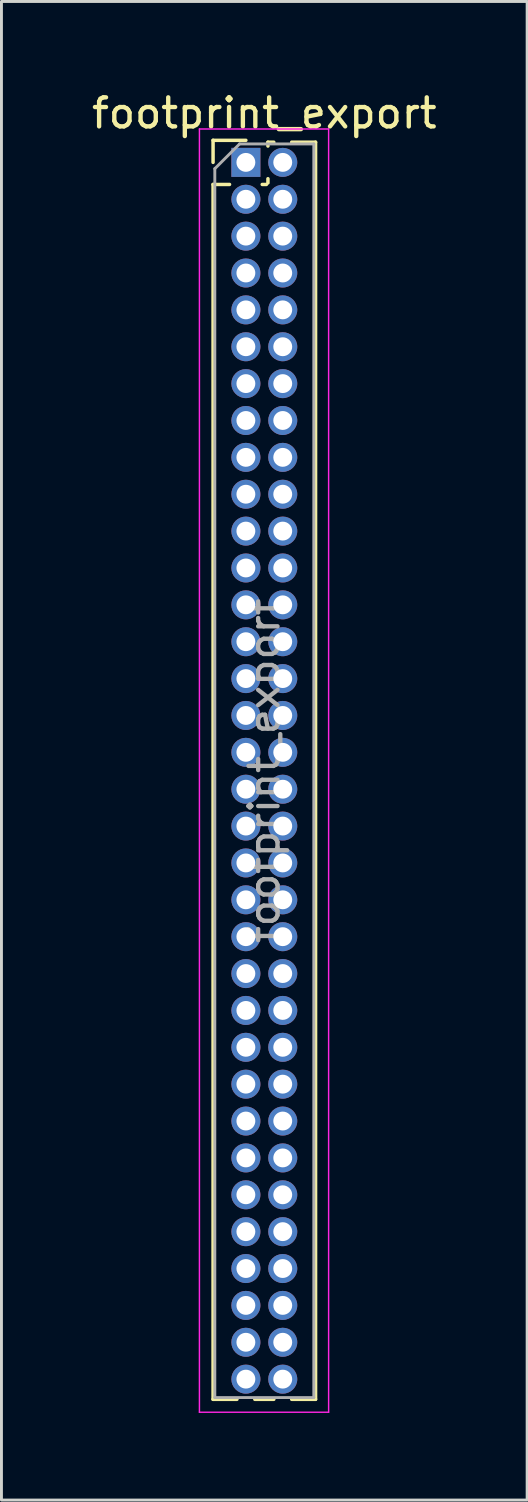
<source format=kicad_pcb>
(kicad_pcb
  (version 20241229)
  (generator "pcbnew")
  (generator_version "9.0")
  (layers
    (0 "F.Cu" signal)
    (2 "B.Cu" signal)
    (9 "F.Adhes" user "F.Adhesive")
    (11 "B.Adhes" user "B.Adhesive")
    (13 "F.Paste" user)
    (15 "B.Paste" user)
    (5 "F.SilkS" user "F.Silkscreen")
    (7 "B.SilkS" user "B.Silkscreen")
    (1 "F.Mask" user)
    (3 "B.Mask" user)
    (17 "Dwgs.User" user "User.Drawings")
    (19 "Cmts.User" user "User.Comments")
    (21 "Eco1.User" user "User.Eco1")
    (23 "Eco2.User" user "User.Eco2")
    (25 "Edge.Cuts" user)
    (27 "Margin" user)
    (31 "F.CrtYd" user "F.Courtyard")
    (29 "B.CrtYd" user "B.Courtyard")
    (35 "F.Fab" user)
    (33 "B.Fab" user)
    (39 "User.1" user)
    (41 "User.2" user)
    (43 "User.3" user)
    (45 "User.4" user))
  (footprint "footprint_export"
    (layer "F.Cu")
    (at 5.419 2.543)
    (property "Reference" "footprint_export" (at 0.635 -1.695 0) (layer "F.SilkS") (effects (font (size 1 1) (thickness 0.15))))
    (attr through_hole)
    (fp_line (start -1.13 -0.76) (end 0 -0.76) (stroke (width 0.12) (type solid)) (layer "F.SilkS"))
    (fp_line (start -1.13 0) (end -1.13 -0.76) (stroke (width 0.12) (type solid)) (layer "F.SilkS"))
    (fp_line (start -1.13 0.76) (end -1.13 42.605) (stroke (width 0.12) (type solid)) (layer "F.SilkS"))
    (fp_line (start -1.13 0.76) (end -0.563 0.76) (stroke (width 0.12) (type solid)) (layer "F.SilkS"))
    (fp_line (start -1.13 42.605) (end -0.308 42.605) (stroke (width 0.12) (type solid)) (layer "F.SilkS"))
    (fp_line (start 0.308 42.605) (end 0.962 42.605) (stroke (width 0.12) (type solid)) (layer "F.SilkS"))
    (fp_line (start 0.563 0.76) (end 0.707 0.76) (stroke (width 0.12) (type solid)) (layer "F.SilkS"))
    (fp_line (start 0.76 -0.695) (end 0.962 -0.695) (stroke (width 0.12) (type solid)) (layer "F.SilkS"))
    (fp_line (start 0.76 -0.563) (end 0.76 -0.695) (stroke (width 0.12) (type solid)) (layer "F.SilkS"))
    (fp_line (start 0.76 0.707) (end 0.76 0.563) (stroke (width 0.12) (type solid)) (layer "F.SilkS"))
    (fp_line (start 1.578 -0.695) (end 2.4 -0.695) (stroke (width 0.12) (type solid)) (layer "F.SilkS"))
    (fp_line (start 1.578 42.605) (end 2.4 42.605) (stroke (width 0.12) (type solid)) (layer "F.SilkS"))
    (fp_line (start 2.4 -0.695) (end 2.4 42.605) (stroke (width 0.12) (type solid)) (layer "F.SilkS"))
    (fp_line (start -1.6 -1.15) (end -1.6 43.05) (stroke (width 0.05) (type solid)) (layer "F.CrtYd"))
    (fp_line (start -1.6 43.05) (end 2.85 43.05) (stroke (width 0.05) (type solid)) (layer "F.CrtYd"))
    (fp_line (start 2.85 -1.15) (end -1.6 -1.15) (stroke (width 0.05) (type solid)) (layer "F.CrtYd"))
    (fp_line (start 2.85 43.05) (end 2.85 -1.15) (stroke (width 0.05) (type solid)) (layer "F.CrtYd"))
    (fp_line (start -1.07 0.217) (end -0.217 -0.635) (stroke (width 0.1) (type solid)) (layer "F.Fab"))
    (fp_line (start -1.07 42.545) (end -1.07 0.217) (stroke (width 0.1) (type solid)) (layer "F.Fab"))
    (fp_line (start -0.217 -0.635) (end 2.34 -0.635) (stroke (width 0.1) (type solid)) (layer "F.Fab"))
    (fp_line (start 2.34 -0.635) (end 2.34 42.545) (stroke (width 0.1) (type solid)) (layer "F.Fab"))
    (fp_line (start 2.34 42.545) (end -1.07 42.545) (stroke (width 0.1) (type solid)) (layer "F.Fab"))
    (fp_text user "${REFERENCE}" (at 0.635 20.955 90) (layer "F.Fab") (effects (font (size 1 1) (thickness 0.15))))
    (pad "1" thru_hole rect (at 0 0) (size 1 1) (drill 0.65) (layers "*.Cu" "*.Mask"))
    (pad "2" thru_hole oval (at 1.27 0) (size 1 1) (drill 0.65) (layers "*.Cu" "*.Mask"))
    (pad "3" thru_hole oval (at 0 1.27) (size 1 1) (drill 0.65) (layers "*.Cu" "*.Mask"))
    (pad "4" thru_hole oval (at 1.27 1.27) (size 1 1) (drill 0.65) (layers "*.Cu" "*.Mask"))
    (pad "5" thru_hole oval (at 0 2.54) (size 1 1) (drill 0.65) (layers "*.Cu" "*.Mask"))
    (pad "6" thru_hole oval (at 1.27 2.54) (size 1 1) (drill 0.65) (layers "*.Cu" "*.Mask"))
    (pad "7" thru_hole oval (at 0 3.81) (size 1 1) (drill 0.65) (layers "*.Cu" "*.Mask"))
    (pad "8" thru_hole oval (at 1.27 3.81) (size 1 1) (drill 0.65) (layers "*.Cu" "*.Mask"))
    (pad "9" thru_hole oval (at 0 5.08) (size 1 1) (drill 0.65) (layers "*.Cu" "*.Mask"))
    (pad "10" thru_hole oval (at 1.27 5.08) (size 1 1) (drill 0.65) (layers "*.Cu" "*.Mask"))
    (pad "11" thru_hole oval (at 0 6.35) (size 1 1) (drill 0.65) (layers "*.Cu" "*.Mask"))
    (pad "12" thru_hole oval (at 1.27 6.35) (size 1 1) (drill 0.65) (layers "*.Cu" "*.Mask"))
    (pad "13" thru_hole oval (at 0 7.62) (size 1 1) (drill 0.65) (layers "*.Cu" "*.Mask"))
    (pad "14" thru_hole oval (at 1.27 7.62) (size 1 1) (drill 0.65) (layers "*.Cu" "*.Mask"))
    (pad "15" thru_hole oval (at 0 8.89) (size 1 1) (drill 0.65) (layers "*.Cu" "*.Mask"))
    (pad "16" thru_hole oval (at 1.27 8.89) (size 1 1) (drill 0.65) (layers "*.Cu" "*.Mask"))
    (pad "17" thru_hole oval (at 0 10.16) (size 1 1) (drill 0.65) (layers "*.Cu" "*.Mask"))
    (pad "18" thru_hole oval (at 1.27 10.16) (size 1 1) (drill 0.65) (layers "*.Cu" "*.Mask"))
    (pad "19" thru_hole oval (at 0 11.43) (size 1 1) (drill 0.65) (layers "*.Cu" "*.Mask"))
    (pad "20" thru_hole oval (at 1.27 11.43) (size 1 1) (drill 0.65) (layers "*.Cu" "*.Mask"))
    (pad "21" thru_hole oval (at 0 12.7) (size 1 1) (drill 0.65) (layers "*.Cu" "*.Mask"))
    (pad "22" thru_hole oval (at 1.27 12.7) (size 1 1) (drill 0.65) (layers "*.Cu" "*.Mask"))
    (pad "23" thru_hole oval (at 0 13.97) (size 1 1) (drill 0.65) (layers "*.Cu" "*.Mask"))
    (pad "24" thru_hole oval (at 1.27 13.97) (size 1 1) (drill 0.65) (layers "*.Cu" "*.Mask"))
    (pad "25" thru_hole oval (at 0 15.24) (size 1 1) (drill 0.65) (layers "*.Cu" "*.Mask"))
    (pad "26" thru_hole oval (at 1.27 15.24) (size 1 1) (drill 0.65) (layers "*.Cu" "*.Mask"))
    (pad "27" thru_hole oval (at 0 16.51) (size 1 1) (drill 0.65) (layers "*.Cu" "*.Mask"))
    (pad "28" thru_hole oval (at 1.27 16.51) (size 1 1) (drill 0.65) (layers "*.Cu" "*.Mask"))
    (pad "29" thru_hole oval (at 0 17.78) (size 1 1) (drill 0.65) (layers "*.Cu" "*.Mask"))
    (pad "30" thru_hole oval (at 1.27 17.78) (size 1 1) (drill 0.65) (layers "*.Cu" "*.Mask"))
    (pad "31" thru_hole oval (at 0 19.05) (size 1 1) (drill 0.65) (layers "*.Cu" "*.Mask"))
    (pad "32" thru_hole oval (at 1.27 19.05) (size 1 1) (drill 0.65) (layers "*.Cu" "*.Mask"))
    (pad "33" thru_hole oval (at 0 20.32) (size 1 1) (drill 0.65) (layers "*.Cu" "*.Mask"))
    (pad "34" thru_hole oval (at 1.27 20.32) (size 1 1) (drill 0.65) (layers "*.Cu" "*.Mask"))
    (pad "35" thru_hole oval (at 0 21.59) (size 1 1) (drill 0.65) (layers "*.Cu" "*.Mask"))
    (pad "36" thru_hole oval (at 1.27 21.59) (size 1 1) (drill 0.65) (layers "*.Cu" "*.Mask"))
    (pad "37" thru_hole oval (at 0 22.86) (size 1 1) (drill 0.65) (layers "*.Cu" "*.Mask"))
    (pad "38" thru_hole oval (at 1.27 22.86) (size 1 1) (drill 0.65) (layers "*.Cu" "*.Mask"))
    (pad "39" thru_hole oval (at 0 24.13) (size 1 1) (drill 0.65) (layers "*.Cu" "*.Mask"))
    (pad "40" thru_hole oval (at 1.27 24.13) (size 1 1) (drill 0.65) (layers "*.Cu" "*.Mask"))
    (pad "41" thru_hole oval (at 0 25.4) (size 1 1) (drill 0.65) (layers "*.Cu" "*.Mask"))
    (pad "42" thru_hole oval (at 1.27 25.4) (size 1 1) (drill 0.65) (layers "*.Cu" "*.Mask"))
    (pad "43" thru_hole oval (at 0 26.67) (size 1 1) (drill 0.65) (layers "*.Cu" "*.Mask"))
    (pad "44" thru_hole oval (at 1.27 26.67) (size 1 1) (drill 0.65) (layers "*.Cu" "*.Mask"))
    (pad "45" thru_hole oval (at 0 27.94) (size 1 1) (drill 0.65) (layers "*.Cu" "*.Mask"))
    (pad "46" thru_hole oval (at 1.27 27.94) (size 1 1) (drill 0.65) (layers "*.Cu" "*.Mask"))
    (pad "47" thru_hole oval (at 0 29.21) (size 1 1) (drill 0.65) (layers "*.Cu" "*.Mask"))
    (pad "48" thru_hole oval (at 1.27 29.21) (size 1 1) (drill 0.65) (layers "*.Cu" "*.Mask"))
    (pad "49" thru_hole oval (at 0 30.48) (size 1 1) (drill 0.65) (layers "*.Cu" "*.Mask"))
    (pad "50" thru_hole oval (at 1.27 30.48) (size 1 1) (drill 0.65) (layers "*.Cu" "*.Mask"))
    (pad "51" thru_hole oval (at 0 31.75) (size 1 1) (drill 0.65) (layers "*.Cu" "*.Mask"))
    (pad "52" thru_hole oval (at 1.27 31.75) (size 1 1) (drill 0.65) (layers "*.Cu" "*.Mask"))
    (pad "53" thru_hole oval (at 0 33.02) (size 1 1) (drill 0.65) (layers "*.Cu" "*.Mask"))
    (pad "54" thru_hole oval (at 1.27 33.02) (size 1 1) (drill 0.65) (layers "*.Cu" "*.Mask"))
    (pad "55" thru_hole oval (at 0 34.29) (size 1 1) (drill 0.65) (layers "*.Cu" "*.Mask"))
    (pad "56" thru_hole oval (at 1.27 34.29) (size 1 1) (drill 0.65) (layers "*.Cu" "*.Mask"))
    (pad "57" thru_hole oval (at 0 35.56) (size 1 1) (drill 0.65) (layers "*.Cu" "*.Mask"))
    (pad "58" thru_hole oval (at 1.27 35.56) (size 1 1) (drill 0.65) (layers "*.Cu" "*.Mask"))
    (pad "59" thru_hole oval (at 0 36.83) (size 1 1) (drill 0.65) (layers "*.Cu" "*.Mask"))
    (pad "60" thru_hole oval (at 1.27 36.83) (size 1 1) (drill 0.65) (layers "*.Cu" "*.Mask"))
    (pad "61" thru_hole oval (at 0 38.1) (size 1 1) (drill 0.65) (layers "*.Cu" "*.Mask"))
    (pad "62" thru_hole oval (at 1.27 38.1) (size 1 1) (drill 0.65) (layers "*.Cu" "*.Mask"))
    (pad "63" thru_hole oval (at 0 39.37) (size 1 1) (drill 0.65) (layers "*.Cu" "*.Mask"))
    (pad "64" thru_hole oval (at 1.27 39.37) (size 1 1) (drill 0.65) (layers "*.Cu" "*.Mask"))
    (pad "65" thru_hole oval (at 0 40.64) (size 1 1) (drill 0.65) (layers "*.Cu" "*.Mask"))
    (pad "66" thru_hole oval (at 1.27 40.64) (size 1 1) (drill 0.65) (layers "*.Cu" "*.Mask"))
    (pad "67" thru_hole oval (at 0 41.91) (size 1 1) (drill 0.65) (layers "*.Cu" "*.Mask"))
    (pad "68" thru_hole oval (at 1.27 41.91) (size 1 1) (drill 0.65) (layers "*.Cu" "*.Mask")))
  (gr_rect
    (start -3 -3)
    (end 15.107 48.618)
    (stroke (width 0.1) (type default))
    (fill no)
    (layer "Edge.Cuts")))
</source>
